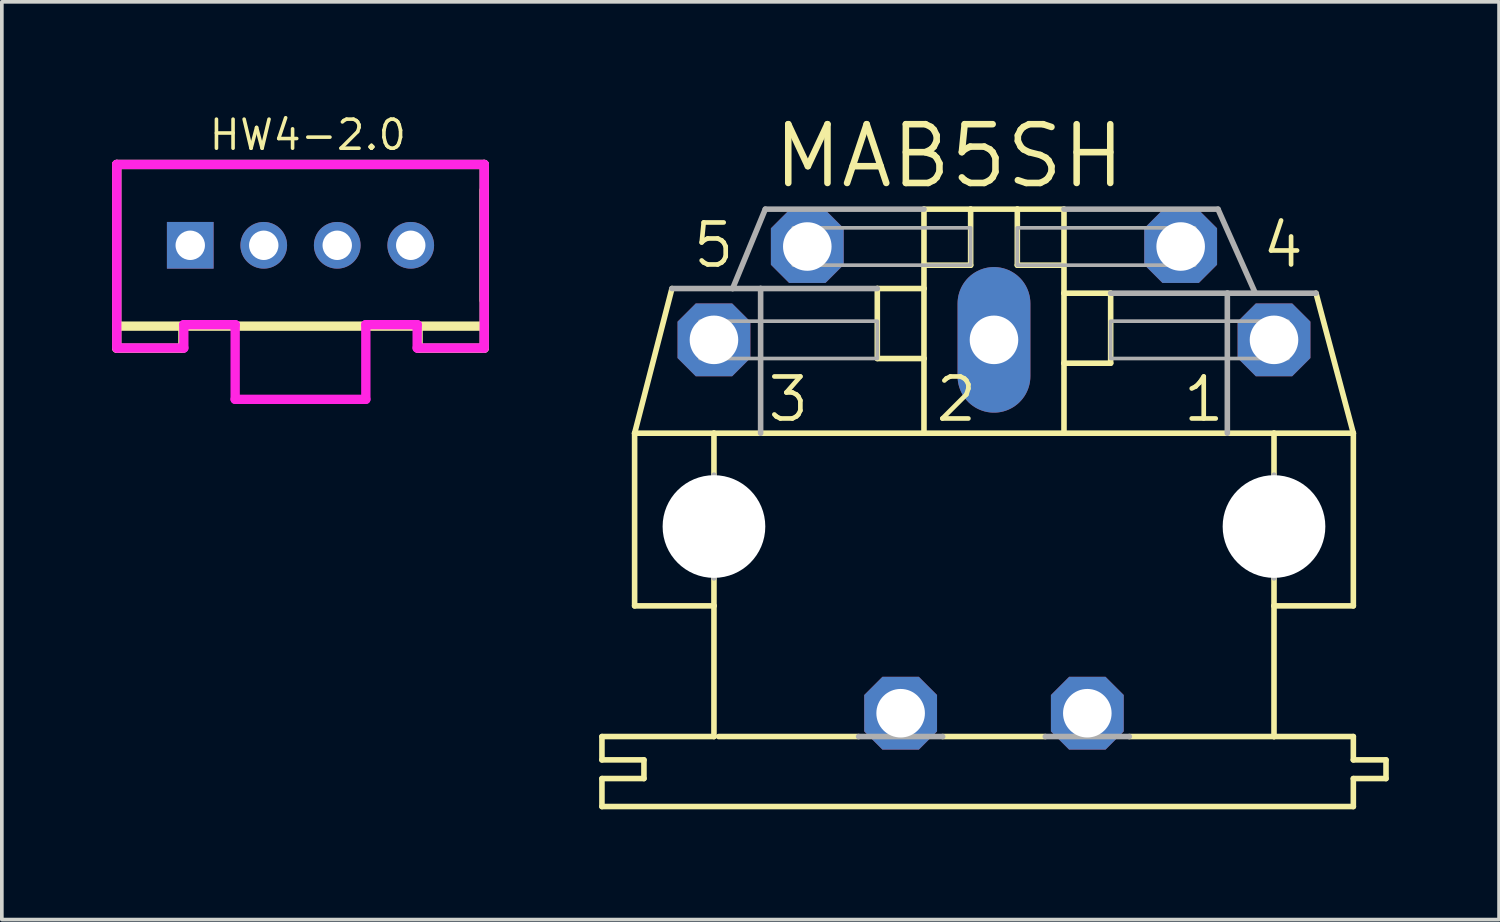
<source format=kicad_pcb>
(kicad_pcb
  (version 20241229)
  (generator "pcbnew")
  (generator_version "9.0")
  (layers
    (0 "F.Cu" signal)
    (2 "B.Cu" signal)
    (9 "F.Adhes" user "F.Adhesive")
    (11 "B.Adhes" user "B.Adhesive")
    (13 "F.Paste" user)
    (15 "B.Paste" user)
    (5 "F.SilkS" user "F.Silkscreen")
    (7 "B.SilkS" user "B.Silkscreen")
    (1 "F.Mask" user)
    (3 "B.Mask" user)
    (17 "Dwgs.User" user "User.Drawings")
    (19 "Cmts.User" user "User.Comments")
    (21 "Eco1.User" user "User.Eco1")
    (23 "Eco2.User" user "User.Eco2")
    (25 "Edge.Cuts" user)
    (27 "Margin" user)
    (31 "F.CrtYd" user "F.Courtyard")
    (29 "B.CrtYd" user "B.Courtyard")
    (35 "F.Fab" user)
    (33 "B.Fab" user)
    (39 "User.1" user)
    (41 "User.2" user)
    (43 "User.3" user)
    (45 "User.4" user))
  (footprint "MAB5SH"
    (layer "F.Cu")
    (at 23.998 11.278)
    (property "Reference" "MAB5SH" (at -6.096 -9.144 0) (layer "F.SilkS") (effects (font (size 1.6 1.6) (thickness 0.178)) (justify left bottom)))
    (fp_line (start -10.668 6.35) (end -10.668 5.715) (stroke (width 0.152) (type solid)) (layer "F.SilkS"))
    (fp_line (start -10.668 6.35) (end -9.525 6.35) (stroke (width 0.152) (type solid)) (layer "F.SilkS"))
    (fp_line (start -10.668 7.62) (end -10.668 6.858) (stroke (width 0.152) (type solid)) (layer "F.SilkS"))
    (fp_line (start -10.668 7.62) (end 9.779 7.62) (stroke (width 0.152) (type solid)) (layer "F.SilkS"))
    (fp_line (start -9.779 2.159) (end -9.779 -2.54) (stroke (width 0.152) (type solid)) (layer "F.SilkS"))
    (fp_line (start -9.779 2.159) (end -7.62 2.159) (stroke (width 0.152) (type solid)) (layer "F.SilkS"))
    (fp_line (start -9.525 6.858) (end -10.668 6.858) (stroke (width 0.152) (type solid)) (layer "F.SilkS"))
    (fp_line (start -9.525 6.858) (end -9.525 6.35) (stroke (width 0.152) (type solid)) (layer "F.SilkS"))
    (fp_line (start -8.763 -6.477) (end -9.779 -2.54) (stroke (width 0.152) (type solid)) (layer "F.SilkS"))
    (fp_line (start -7.62 -2.54) (end -9.779 -2.54) (stroke (width 0.152) (type solid)) (layer "F.SilkS"))
    (fp_line (start -7.62 -2.54) (end -7.62 -1.397) (stroke (width 0.152) (type solid)) (layer "F.SilkS"))
    (fp_line (start -7.62 2.159) (end -7.62 1.397) (stroke (width 0.152) (type solid)) (layer "F.SilkS"))
    (fp_line (start -7.62 5.715) (end -10.668 5.715) (stroke (width 0.152) (type solid)) (layer "F.SilkS"))
    (fp_line (start -7.62 5.715) (end -7.62 2.159) (stroke (width 0.152) (type solid)) (layer "F.SilkS"))
    (fp_line (start -7.493 5.715) (end -3.683 5.715) (stroke (width 0.152) (type solid)) (layer "F.SilkS"))
    (fp_line (start -3.175 -6.477) (end -3.175 -4.572) (stroke (width 0.152) (type solid)) (layer "F.SilkS"))
    (fp_line (start -1.905 -8.636) (end -1.905 -7.112) (stroke (width 0.152) (type solid)) (layer "F.SilkS"))
    (fp_line (start -1.905 -7.112) (end -1.905 -6.477) (stroke (width 0.152) (type solid)) (layer "F.SilkS"))
    (fp_line (start -1.905 -7.112) (end -0.635 -7.112) (stroke (width 0.152) (type solid)) (layer "F.SilkS"))
    (fp_line (start -1.905 -6.477) (end -3.175 -6.477) (stroke (width 0.152) (type solid)) (layer "F.SilkS"))
    (fp_line (start -1.905 -6.477) (end -1.905 -4.572) (stroke (width 0.152) (type solid)) (layer "F.SilkS"))
    (fp_line (start -1.905 -4.572) (end -3.175 -4.572) (stroke (width 0.152) (type solid)) (layer "F.SilkS"))
    (fp_line (start -1.905 -4.572) (end -1.905 -2.54) (stroke (width 0.152) (type solid)) (layer "F.SilkS"))
    (fp_line (start -1.905 -2.54) (end -7.62 -2.54) (stroke (width 0.152) (type solid)) (layer "F.SilkS"))
    (fp_line (start -1.397 5.715) (end 1.397 5.715) (stroke (width 0.152) (type solid)) (layer "F.SilkS"))
    (fp_line (start -0.635 -8.636) (end -1.905 -8.636) (stroke (width 0.152) (type solid)) (layer "F.SilkS"))
    (fp_line (start -0.635 -8.636) (end -0.635 -7.112) (stroke (width 0.152) (type solid)) (layer "F.SilkS"))
    (fp_line (start 0.635 -8.636) (end -0.635 -8.636) (stroke (width 0.152) (type solid)) (layer "F.SilkS"))
    (fp_line (start 0.635 -8.636) (end 0.635 -7.112) (stroke (width 0.152) (type solid)) (layer "F.SilkS"))
    (fp_line (start 1.905 -8.636) (end 0.635 -8.636) (stroke (width 0.152) (type solid)) (layer "F.SilkS"))
    (fp_line (start 1.905 -8.636) (end 1.905 -7.112) (stroke (width 0.152) (type solid)) (layer "F.SilkS"))
    (fp_line (start 1.905 -7.112) (end 0.635 -7.112) (stroke (width 0.152) (type solid)) (layer "F.SilkS"))
    (fp_line (start 1.905 -7.112) (end 1.905 -6.35) (stroke (width 0.152) (type solid)) (layer "F.SilkS"))
    (fp_line (start 1.905 -6.35) (end 1.905 -4.445) (stroke (width 0.152) (type solid)) (layer "F.SilkS"))
    (fp_line (start 1.905 -4.445) (end 1.905 -2.54) (stroke (width 0.152) (type solid)) (layer "F.SilkS"))
    (fp_line (start 1.905 -4.445) (end 3.175 -4.445) (stroke (width 0.152) (type solid)) (layer "F.SilkS"))
    (fp_line (start 1.905 -2.54) (end -1.905 -2.54) (stroke (width 0.152) (type solid)) (layer "F.SilkS"))
    (fp_line (start 3.175 -6.35) (end 1.905 -6.35) (stroke (width 0.152) (type solid)) (layer "F.SilkS"))
    (fp_line (start 3.175 -6.35) (end 3.175 -4.445) (stroke (width 0.152) (type solid)) (layer "F.SilkS"))
    (fp_line (start 3.683 5.715) (end 7.62 5.715) (stroke (width 0.152) (type solid)) (layer "F.SilkS"))
    (fp_line (start 7.62 -2.54) (end 1.905 -2.54) (stroke (width 0.152) (type solid)) (layer "F.SilkS"))
    (fp_line (start 7.62 -2.54) (end 7.62 -1.397) (stroke (width 0.152) (type solid)) (layer "F.SilkS"))
    (fp_line (start 7.62 2.159) (end 7.62 1.397) (stroke (width 0.152) (type solid)) (layer "F.SilkS"))
    (fp_line (start 7.62 5.715) (end 7.62 2.159) (stroke (width 0.152) (type solid)) (layer "F.SilkS"))
    (fp_line (start 8.763 -6.35) (end 9.779 -2.54) (stroke (width 0.152) (type solid)) (layer "F.SilkS"))
    (fp_line (start 9.779 -2.54) (end 7.62 -2.54) (stroke (width 0.152) (type solid)) (layer "F.SilkS"))
    (fp_line (start 9.779 2.159) (end 7.62 2.159) (stroke (width 0.152) (type solid)) (layer "F.SilkS"))
    (fp_line (start 9.779 2.159) (end 9.779 -2.54) (stroke (width 0.152) (type solid)) (layer "F.SilkS"))
    (fp_line (start 9.779 5.715) (end 7.62 5.715) (stroke (width 0.152) (type solid)) (layer "F.SilkS"))
    (fp_line (start 9.779 5.715) (end 9.779 6.35) (stroke (width 0.152) (type solid)) (layer "F.SilkS"))
    (fp_line (start 9.779 7.62) (end 9.779 6.858) (stroke (width 0.152) (type solid)) (layer "F.SilkS"))
    (fp_line (start 10.668 6.35) (end 9.779 6.35) (stroke (width 0.152) (type solid)) (layer "F.SilkS"))
    (fp_line (start 10.668 6.858) (end 9.779 6.858) (stroke (width 0.152) (type solid)) (layer "F.SilkS"))
    (fp_line (start 10.668 6.858) (end 10.668 6.35) (stroke (width 0.152) (type solid)) (layer "F.SilkS"))
    (fp_line (start -8.763 -6.477) (end -7.112 -6.477) (stroke (width 0.152) (type solid)) (layer "F.Fab"))
    (fp_line (start -7.62 -1.397) (end -7.62 1.397) (stroke (width 0.152) (type solid)) (layer "F.Fab"))
    (fp_line (start -7.112 -6.477) (end -6.223 -8.636) (stroke (width 0.152) (type solid)) (layer "F.Fab"))
    (fp_line (start -6.35 -6.477) (end -7.112 -6.477) (stroke (width 0.152) (type solid)) (layer "F.Fab"))
    (fp_line (start -6.35 -6.477) (end -6.35 -2.54) (stroke (width 0.152) (type solid)) (layer "F.Fab"))
    (fp_line (start -3.175 -6.477) (end -6.35 -6.477) (stroke (width 0.152) (type solid)) (layer "F.Fab"))
    (fp_line (start -1.905 -8.636) (end -6.223 -8.636) (stroke (width 0.152) (type solid)) (layer "F.Fab"))
    (fp_line (start -1.397 5.715) (end -3.683 5.715) (stroke (width 0.152) (type solid)) (layer "F.Fab"))
    (fp_line (start 3.683 5.715) (end 1.397 5.715) (stroke (width 0.152) (type solid)) (layer "F.Fab"))
    (fp_line (start 6.096 -8.636) (end 1.905 -8.636) (stroke (width 0.152) (type solid)) (layer "F.Fab"))
    (fp_line (start 6.096 -8.636) (end 7.112 -6.35) (stroke (width 0.152) (type solid)) (layer "F.Fab"))
    (fp_line (start 6.35 -6.35) (end 3.175 -6.35) (stroke (width 0.152) (type solid)) (layer "F.Fab"))
    (fp_line (start 6.35 -6.35) (end 6.35 -2.54) (stroke (width 0.152) (type solid)) (layer "F.Fab"))
    (fp_line (start 7.112 -6.35) (end 6.35 -6.35) (stroke (width 0.152) (type solid)) (layer "F.Fab"))
    (fp_line (start 7.62 -1.397) (end 7.62 1.397) (stroke (width 0.152) (type solid)) (layer "F.Fab"))
    (fp_line (start 8.763 -6.35) (end 7.112 -6.35) (stroke (width 0.152) (type solid)) (layer "F.Fab"))
    (fp_poly (pts (xy -8.001 -4.572) (xy -3.175 -4.572) (xy -3.175 -5.588) (xy -8.001 -5.588)) (stroke (width 0.1) (type solid)) (fill no) (layer "F.Fab"))
    (fp_poly (pts (xy -5.461 -7.112) (xy -0.635 -7.112) (xy -0.635 -8.128) (xy -5.461 -8.128)) (stroke (width 0.1) (type solid)) (fill no) (layer "F.Fab"))
    (fp_poly (pts (xy 0.635 -7.112) (xy 5.461 -7.112) (xy 5.461 -8.128) (xy 0.635 -8.128)) (stroke (width 0.1) (type solid)) (fill no) (layer "F.Fab"))
    (fp_poly (pts (xy 3.175 -4.572) (xy 8.001 -4.572) (xy 8.001 -5.588) (xy 3.175 -5.588)) (stroke (width 0.1) (type solid)) (fill no) (layer "F.Fab"))
    (fp_text user "2" (at -1.651 -2.794 0) (layer "F.SilkS") (effects (font (size 1.143 1.143) (thickness 0.127)) (justify left bottom)))
    (fp_text user "5" (at -8.255 -6.985 0) (layer "F.SilkS") (effects (font (size 1.143 1.143) (thickness 0.127)) (justify left bottom)))
    (fp_text user "1" (at 5.08 -2.794 0) (layer "F.SilkS") (effects (font (size 1.143 1.143) (thickness 0.127)) (justify left bottom)))
    (fp_text user "3" (at -6.223 -2.794 0) (layer "F.SilkS") (effects (font (size 1.143 1.143) (thickness 0.127)) (justify left bottom)))
    (fp_text user "4" (at 7.239 -6.985 0) (layer "F.SilkS") (effects (font (size 1.143 1.143) (thickness 0.127)) (justify left bottom)))
    (pad "" np_thru_hole circle (at -7.62 0) (size 2.794 2.794) (drill 2.794) (layers "*.Cu" "*.Mask"))
    (pad "" np_thru_hole circle (at 7.62 0) (size 2.794 2.794) (drill 2.794) (layers "*.Cu" "*.Mask"))
    (pad "1" thru_hole roundrect (at 7.62 -5.08) (size 1.981 1.981) (drill 1.321) (layers "*.Cu" "*.Mask") (roundrect_rratio 0.25) (chamfer_ratio 0.25) (chamfer top_left top_right bottom_left bottom_right))
    (pad "2" thru_hole oval (at 0 -5.08 90) (size 3.962 1.981) (drill 1.321) (layers "*.Cu" "*.Mask"))
    (pad "3" thru_hole roundrect (at -7.62 -5.08) (size 1.981 1.981) (drill 1.321) (layers "*.Cu" "*.Mask") (roundrect_rratio 0.25) (chamfer_ratio 0.25) (chamfer top_left top_right bottom_left bottom_right))
    (pad "4" thru_hole roundrect (at 5.08 -7.62) (size 1.981 1.981) (drill 1.321) (layers "*.Cu" "*.Mask") (roundrect_rratio 0.25) (chamfer_ratio 0.25) (chamfer top_left top_right bottom_left bottom_right))
    (pad "5" thru_hole roundrect (at -5.08 -7.62) (size 1.981 1.981) (drill 1.321) (layers "*.Cu" "*.Mask") (roundrect_rratio 0.25) (chamfer_ratio 0.25) (chamfer top_left top_right bottom_left bottom_right))
    (pad "PE" thru_hole roundrect (at -2.54 5.08) (size 1.981 1.981) (drill 1.321) (layers "*.Cu" "*.Mask") (roundrect_rratio 0.25) (chamfer_ratio 0.25) (chamfer top_left top_right bottom_left bottom_right))
    (pad "PE@" thru_hole roundrect (at 2.54 5.08) (size 1.981 1.981) (drill 1.321) (layers "*.Cu" "*.Mask") (roundrect_rratio 0.25) (chamfer_ratio 0.25) (chamfer top_left top_right bottom_left bottom_right)))
  (footprint "HW4-2.0"
    (layer "F.Cu")
    (at 5.127 3.625)
    (property "Reference" "HW4-2.0" (at -2.54 -2.54 0) (layer "F.SilkS") (effects (font (size 0.791 0.791) (thickness 0.098)) (justify left bottom)))
    (fp_line (start -5 -2.2) (end -5 2.2) (stroke (width 0.254) (type solid)) (layer "F.SilkS"))
    (fp_line (start -5 -2.2) (end 5 -2.2) (stroke (width 0.254) (type solid)) (layer "F.SilkS"))
    (fp_line (start -5 -1) (end -5 1) (stroke (width 0.127) (type solid)) (layer "F.SilkS"))
    (fp_line (start -5 2.2) (end -5 2.8) (stroke (width 0.254) (type solid)) (layer "F.SilkS"))
    (fp_line (start -5 2.2) (end -3.2 2.2) (stroke (width 0.254) (type solid)) (layer "F.SilkS"))
    (fp_line (start -5 2.8) (end -3.2 2.8) (stroke (width 0.254) (type solid)) (layer "F.SilkS"))
    (fp_line (start -3.2 2.2) (end 3.2 2.2) (stroke (width 0.254) (type solid)) (layer "F.SilkS"))
    (fp_line (start -3.2 2.8) (end -3.2 2.2) (stroke (width 0.254) (type solid)) (layer "F.SilkS"))
    (fp_line (start 3.2 2.2) (end 3.2 2.8) (stroke (width 0.254) (type solid)) (layer "F.SilkS"))
    (fp_line (start 3.2 2.2) (end 5 2.2) (stroke (width 0.254) (type solid)) (layer "F.SilkS"))
    (fp_line (start 3.2 2.8) (end 5 2.8) (stroke (width 0.254) (type solid)) (layer "F.SilkS"))
    (fp_line (start 5 -1.5) (end 5 1.5) (stroke (width 0.254) (type solid)) (layer "F.SilkS"))
    (fp_line (start 5 2.2) (end 5 -2.2) (stroke (width 0.254) (type solid)) (layer "F.SilkS"))
    (fp_line (start 5 2.8) (end 5 2.2) (stroke (width 0.254) (type solid)) (layer "F.SilkS"))
    (fp_line (start -5 -2.2) (end 5 -2.2) (stroke (width 0.254) (type solid)) (layer "F.CrtYd"))
    (fp_line (start -5 2.8) (end -5 -2.2) (stroke (width 0.254) (type solid)) (layer "F.CrtYd"))
    (fp_line (start -4.953 2.794) (end -3.175 2.794) (stroke (width 0.254) (type solid)) (layer "F.CrtYd"))
    (fp_line (start -3.175 2.159) (end -1.778 2.159) (stroke (width 0.254) (type solid)) (layer "F.CrtYd"))
    (fp_line (start -3.175 2.794) (end -3.175 2.159) (stroke (width 0.254) (type solid)) (layer "F.CrtYd"))
    (fp_line (start -1.778 2.159) (end -1.778 4.191) (stroke (width 0.254) (type solid)) (layer "F.CrtYd"))
    (fp_line (start -1.778 4.191) (end 1.778 4.191) (stroke (width 0.254) (type solid)) (layer "F.CrtYd"))
    (fp_line (start 1.778 2.159) (end 3.175 2.159) (stroke (width 0.254) (type solid)) (layer "F.CrtYd"))
    (fp_line (start 1.778 4.191) (end 1.778 2.159) (stroke (width 0.254) (type solid)) (layer "F.CrtYd"))
    (fp_line (start 3.175 2.159) (end 3.175 2.794) (stroke (width 0.254) (type solid)) (layer "F.CrtYd"))
    (fp_line (start 3.175 2.794) (end 4.953 2.794) (stroke (width 0.254) (type solid)) (layer "F.CrtYd"))
    (fp_line (start 5 -2.2) (end 5 2.8) (stroke (width 0.254) (type solid)) (layer "F.CrtYd"))
    (pad "1" thru_hole rect (at -3 0) (size 1.27 1.27) (drill 0.8) (layers "*.Cu" "*.Mask"))
    (pad "2" thru_hole circle (at -1 0) (size 1.27 1.27) (drill 0.8) (layers "*.Cu" "*.Mask"))
    (pad "3" thru_hole circle (at 1 0) (size 1.27 1.27) (drill 0.8) (layers "*.Cu" "*.Mask"))
    (pad "4" thru_hole circle (at 3 0) (size 1.27 1.27) (drill 0.8) (layers "*.Cu" "*.Mask")))
  (gr_rect
    (start -3 -3)
    (end 37.742 21.974)
    (stroke (width 0.1) (type default))
    (fill no)
    (layer "Edge.Cuts")))
</source>
